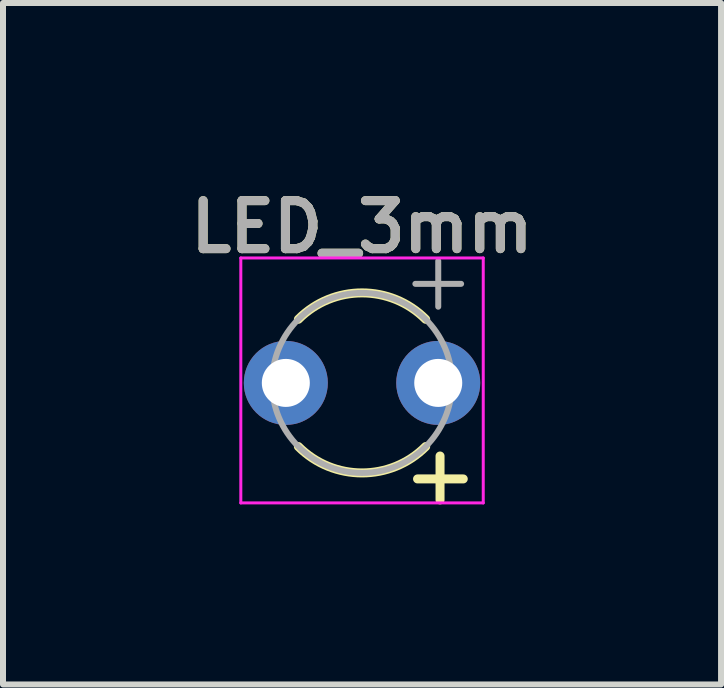
<source format=kicad_pcb>
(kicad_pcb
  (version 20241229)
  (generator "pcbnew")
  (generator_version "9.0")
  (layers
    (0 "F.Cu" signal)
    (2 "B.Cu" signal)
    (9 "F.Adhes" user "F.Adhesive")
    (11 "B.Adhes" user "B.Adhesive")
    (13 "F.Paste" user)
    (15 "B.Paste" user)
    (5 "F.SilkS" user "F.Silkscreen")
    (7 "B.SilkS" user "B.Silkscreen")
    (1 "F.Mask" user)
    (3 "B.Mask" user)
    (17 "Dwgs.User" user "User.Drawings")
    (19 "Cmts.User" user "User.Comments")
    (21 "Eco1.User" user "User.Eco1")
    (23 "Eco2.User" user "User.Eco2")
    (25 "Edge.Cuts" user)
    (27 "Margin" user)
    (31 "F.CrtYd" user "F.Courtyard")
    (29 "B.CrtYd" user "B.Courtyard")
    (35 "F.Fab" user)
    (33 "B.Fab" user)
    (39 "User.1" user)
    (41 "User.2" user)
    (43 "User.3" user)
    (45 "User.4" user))
  (footprint "LED_3mm"
    (layer "F.Cu")
    (at 2.983 3.331)
    (property "Reference" "LED_3mm" (at 0 -2.6 0) (layer "F.SilkS") (effects (font (size 0.8 0.8) (thickness 0.15))))
    (attr through_hole)
    (fp_line (start 0.925 1.6) (end 1.687 1.6) (stroke (width 0.15) (type solid)) (layer "F.SilkS"))
    (fp_line (start 1.3 1.95) (end 1.3 1.218) (stroke (width 0.15) (type solid)) (layer "F.SilkS"))
    (fp_arc (start -1.06066 -1.06066) (mid 0 -1.5) (end 1.06066 -1.06066) (stroke (width 0.15) (type solid)) (layer "F.SilkS"))
    (fp_arc (start 1.06066 1.06066) (mid 0 1.5) (end -1.06066 1.06066) (stroke (width 0.15) (type solid)) (layer "F.SilkS"))
    (fp_line (start -2.02 -2.082) (end 2.02 -2.082) (stroke (width 0.05) (type solid)) (layer "F.CrtYd"))
    (fp_line (start -2.02 2) (end -2.02 -2.082) (stroke (width 0.05) (type solid)) (layer "F.CrtYd"))
    (fp_line (start 2.02 -2.082) (end 2.02 2) (stroke (width 0.05) (type solid)) (layer "F.CrtYd"))
    (fp_line (start 2.02 2) (end -2.02 2) (stroke (width 0.05) (type solid)) (layer "F.CrtYd"))
    (fp_line (start 0.889 -1.651) (end 1.651 -1.651) (stroke (width 0.1) (type solid)) (layer "F.Fab"))
    (fp_line (start 1.27 -1.27) (end 1.27 -2.032) (stroke (width 0.1) (type solid)) (layer "F.Fab"))
    (fp_circle (center 0 0) (end 1.5 0) (stroke (width 0.1) (type solid)) (fill no) (layer "F.Fab"))
    (fp_text user "${REFERENCE}" (at 0 -2.6 0) (layer "F.Fab") (effects (font (size 0.8 0.8) (thickness 0.15))))
    (pad "A" thru_hole circle (at 1.27 0) (size 1.4 1.4) (drill 0.8) (layers "*.Cu" "*.Mask"))
    (pad "K" thru_hole circle (at -1.27 0) (size 1.4 1.4) (drill 0.8) (layers "*.Cu" "*.Mask")))
  (gr_rect
    (start -3 -3)
    (end 8.966 8.356)
    (stroke (width 0.1) (type default))
    (fill no)
    (layer "Edge.Cuts")))
</source>
